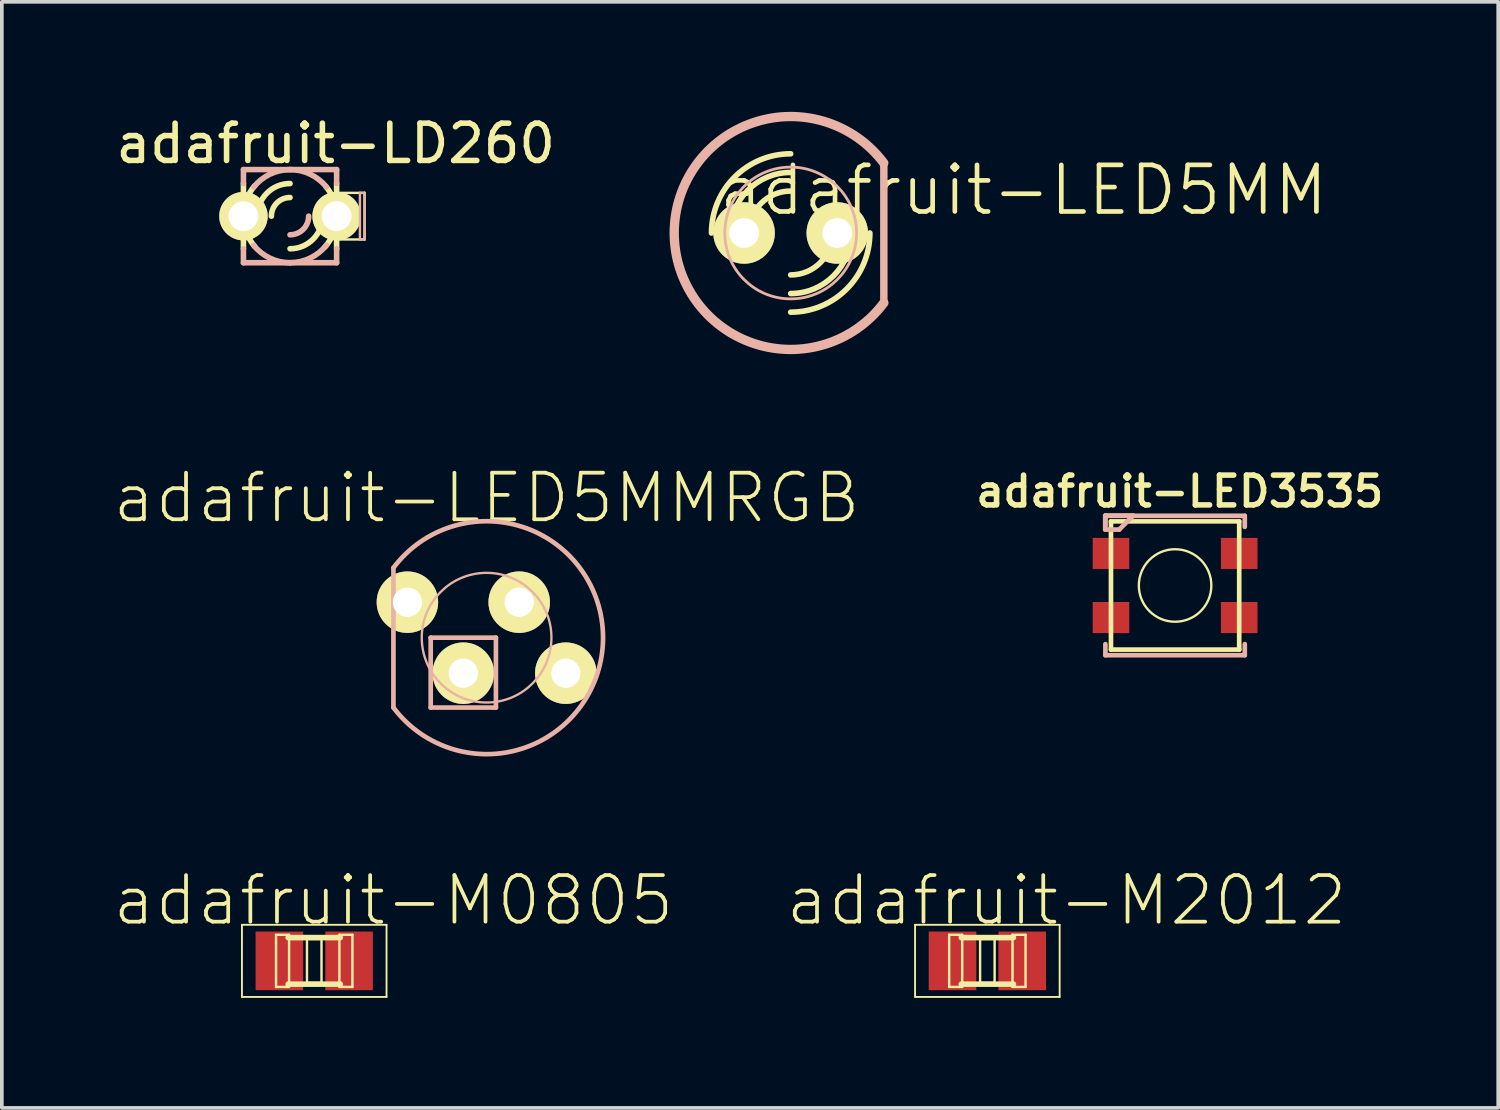
<source format=kicad_pcb>
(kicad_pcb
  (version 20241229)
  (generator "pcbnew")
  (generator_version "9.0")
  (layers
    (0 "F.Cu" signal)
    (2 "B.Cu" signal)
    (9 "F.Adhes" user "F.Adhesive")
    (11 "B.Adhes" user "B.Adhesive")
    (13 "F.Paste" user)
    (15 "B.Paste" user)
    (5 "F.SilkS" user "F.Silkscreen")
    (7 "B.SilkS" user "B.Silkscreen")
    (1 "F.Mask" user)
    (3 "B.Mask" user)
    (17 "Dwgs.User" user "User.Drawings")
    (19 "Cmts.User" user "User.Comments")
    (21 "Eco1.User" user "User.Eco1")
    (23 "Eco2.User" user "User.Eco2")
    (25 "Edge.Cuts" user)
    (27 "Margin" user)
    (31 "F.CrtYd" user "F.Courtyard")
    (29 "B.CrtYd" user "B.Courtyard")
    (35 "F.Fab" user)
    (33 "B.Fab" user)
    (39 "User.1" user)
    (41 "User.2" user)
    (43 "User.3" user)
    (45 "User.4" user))
  (footprint "adafruit-M2012"
    (layer "F.Cu")
    (at 23.868 23.146)
    (property "Reference" "adafruit-M2012" (at 2.159 -1.651 0) (layer "F.SilkS") (effects (font (size 1.27 1.27) (thickness 0.102))))
    (attr smd)
    (fp_line (start -1.971 -0.983) (end 1.971 -0.983) (stroke (width 0.051) (type solid)) (layer "F.SilkS"))
    (fp_line (start -1.971 0.983) (end -1.971 -0.983) (stroke (width 0.051) (type solid)) (layer "F.SilkS"))
    (fp_line (start -1.041 -0.711) (end -0.686 -0.711) (stroke (width 0.066) (type solid)) (layer "F.SilkS"))
    (fp_line (start -1.041 0.711) (end -1.041 -0.711) (stroke (width 0.066) (type solid)) (layer "F.SilkS"))
    (fp_line (start -1.041 0.711) (end -0.686 0.711) (stroke (width 0.066) (type solid)) (layer "F.SilkS"))
    (fp_line (start -0.686 0.711) (end -0.686 -0.711) (stroke (width 0.066) (type solid)) (layer "F.SilkS"))
    (fp_line (start -0.198 -0.599) (end 0.198 -0.599) (stroke (width 0.066) (type solid)) (layer "F.SilkS"))
    (fp_line (start -0.198 0.599) (end -0.198 -0.599) (stroke (width 0.066) (type solid)) (layer "F.SilkS"))
    (fp_line (start -0.198 0.599) (end 0.198 0.599) (stroke (width 0.066) (type solid)) (layer "F.SilkS"))
    (fp_line (start 0.198 0.599) (end 0.198 -0.599) (stroke (width 0.066) (type solid)) (layer "F.SilkS"))
    (fp_line (start 0.686 -0.711) (end 1.041 -0.711) (stroke (width 0.066) (type solid)) (layer "F.SilkS"))
    (fp_line (start 0.686 0.711) (end 0.686 -0.711) (stroke (width 0.066) (type solid)) (layer "F.SilkS"))
    (fp_line (start 0.686 0.711) (end 1.041 0.711) (stroke (width 0.066) (type solid)) (layer "F.SilkS"))
    (fp_line (start 0.711 -0.635) (end -0.711 -0.635) (stroke (width 0.152) (type solid)) (layer "F.SilkS"))
    (fp_line (start 0.711 0.635) (end -0.711 0.635) (stroke (width 0.152) (type solid)) (layer "F.SilkS"))
    (fp_line (start 1.041 0.711) (end 1.041 -0.711) (stroke (width 0.066) (type solid)) (layer "F.SilkS"))
    (fp_line (start 1.971 -0.983) (end 1.971 0.983) (stroke (width 0.051) (type solid)) (layer "F.SilkS"))
    (fp_line (start 1.971 0.983) (end -1.971 0.983) (stroke (width 0.051) (type solid)) (layer "F.SilkS"))
    (pad "1" smd rect (at -0.95 0) (size 1.298 1.598) (layers "F.Cu" "F.Mask" "F.Paste"))
    (pad "2" smd rect (at 0.95 0) (size 1.298 1.598) (layers "F.Cu" "F.Mask" "F.Paste")))
  (footprint "adafruit-M0805"
    (layer "F.Cu")
    (at 5.517 23.146)
    (property "Reference" "adafruit-M0805" (at 2.159 -1.651 0) (layer "F.SilkS") (effects (font (size 1.27 1.27) (thickness 0.102))))
    (attr smd)
    (fp_line (start -1.971 -0.983) (end 1.971 -0.983) (stroke (width 0.051) (type solid)) (layer "F.SilkS"))
    (fp_line (start -1.971 0.983) (end -1.971 -0.983) (stroke (width 0.051) (type solid)) (layer "F.SilkS"))
    (fp_line (start -1.041 -0.711) (end -0.686 -0.711) (stroke (width 0.066) (type solid)) (layer "F.SilkS"))
    (fp_line (start -1.041 0.711) (end -1.041 -0.711) (stroke (width 0.066) (type solid)) (layer "F.SilkS"))
    (fp_line (start -1.041 0.711) (end -0.686 0.711) (stroke (width 0.066) (type solid)) (layer "F.SilkS"))
    (fp_line (start -0.686 0.711) (end -0.686 -0.711) (stroke (width 0.066) (type solid)) (layer "F.SilkS"))
    (fp_line (start -0.198 -0.599) (end 0.198 -0.599) (stroke (width 0.066) (type solid)) (layer "F.SilkS"))
    (fp_line (start -0.198 0.599) (end -0.198 -0.599) (stroke (width 0.066) (type solid)) (layer "F.SilkS"))
    (fp_line (start -0.198 0.599) (end 0.198 0.599) (stroke (width 0.066) (type solid)) (layer "F.SilkS"))
    (fp_line (start 0.198 0.599) (end 0.198 -0.599) (stroke (width 0.066) (type solid)) (layer "F.SilkS"))
    (fp_line (start 0.686 -0.711) (end 1.041 -0.711) (stroke (width 0.066) (type solid)) (layer "F.SilkS"))
    (fp_line (start 0.686 0.711) (end 0.686 -0.711) (stroke (width 0.066) (type solid)) (layer "F.SilkS"))
    (fp_line (start 0.686 0.711) (end 1.041 0.711) (stroke (width 0.066) (type solid)) (layer "F.SilkS"))
    (fp_line (start 0.711 -0.635) (end -0.711 -0.635) (stroke (width 0.152) (type solid)) (layer "F.SilkS"))
    (fp_line (start 0.711 0.635) (end -0.711 0.635) (stroke (width 0.152) (type solid)) (layer "F.SilkS"))
    (fp_line (start 1.041 0.711) (end 1.041 -0.711) (stroke (width 0.066) (type solid)) (layer "F.SilkS"))
    (fp_line (start 1.971 -0.983) (end 1.971 0.983) (stroke (width 0.051) (type solid)) (layer "F.SilkS"))
    (fp_line (start 1.971 0.983) (end -1.971 0.983) (stroke (width 0.051) (type solid)) (layer "F.SilkS"))
    (pad "1" smd rect (at -0.95 0) (size 1.298 1.598) (layers "F.Cu" "F.Mask" "F.Paste"))
    (pad "2" smd rect (at 0.95 0) (size 1.298 1.598) (layers "F.Cu" "F.Mask" "F.Paste")))
  (footprint "adafruit-LD260"
    (layer "F.Cu")
    (at 4.857 2.843)
    (property "Reference" "adafruit-LD260" (at 1.245 -1.981 0) (layer "F.SilkS") (effects (font (size 1.016 1.016) (thickness 0.152))))
    (attr exclude_from_pos_files exclude_from_bom)
    (fp_line (start -1.27 0.889) (end -1.27 -0.889) (stroke (width 0.152) (type solid)) (layer "F.SilkS"))
    (fp_line (start 1.27 -0.889) (end 1.27 0.889) (stroke (width 0.152) (type solid)) (layer "F.SilkS"))
    (fp_line (start 1.27 -0.635) (end 2.032 -0.635) (stroke (width 0.066) (type solid)) (layer "F.SilkS"))
    (fp_line (start 1.27 0.635) (end 1.27 -0.635) (stroke (width 0.066) (type solid)) (layer "F.SilkS"))
    (fp_line (start 1.27 0.635) (end 2.032 0.635) (stroke (width 0.066) (type solid)) (layer "F.SilkS"))
    (fp_line (start 2.032 0.635) (end 2.032 -0.635) (stroke (width 0.066) (type solid)) (layer "F.SilkS"))
    (fp_arc (start -1.27 0) (mid -1.191119 -0.440608) (end -0.964275 -0.826483) (stroke (width 0.1524) (type solid)) (layer "F.SilkS"))
    (fp_arc (start -0.96266 0.8255) (mid -1.189264 0.440246) (end -1.268134 0.000304) (stroke (width 0.1524) (type solid)) (layer "F.SilkS"))
    (fp_arc (start -0.889 0) (mid -0.628618 -0.628618) (end 0 -0.889) (stroke (width 0.1524) (type solid)) (layer "F.SilkS"))
    (fp_arc (start -0.508 0) (mid -0.35921 -0.35921) (end 0 -0.508) (stroke (width 0.1524) (type solid)) (layer "F.SilkS"))
    (fp_arc (start 0.889 0) (mid 0.628618 0.628618) (end 0 0.889) (stroke (width 0.1524) (type solid)) (layer "F.SilkS"))
    (fp_arc (start 0.97536 -0.8128) (mid 1.19378 -0.432273) (end 1.269634 -0.000123) (stroke (width 0.1524) (type solid)) (layer "F.SilkS"))
    (fp_arc (start 1.27 0) (mid 1.189185 0.445801) (end 0.957026 0.834867) (stroke (width 0.1524) (type solid)) (layer "F.SilkS"))
    (fp_line (start -1.27 -1.27) (end -1.27 -0.889) (stroke (width 0.152) (type solid)) (layer "B.SilkS"))
    (fp_line (start -1.27 1.27) (end -1.27 0.889) (stroke (width 0.152) (type solid)) (layer "B.SilkS"))
    (fp_line (start -1.27 1.27) (end 1.27 1.27) (stroke (width 0.152) (type solid)) (layer "B.SilkS"))
    (fp_line (start 1.27 -1.27) (end -1.27 -1.27) (stroke (width 0.152) (type solid)) (layer "B.SilkS"))
    (fp_line (start 1.27 -1.27) (end 1.27 -0.889) (stroke (width 0.152) (type solid)) (layer "B.SilkS"))
    (fp_line (start 1.27 1.27) (end 1.27 0.889) (stroke (width 0.152) (type solid)) (layer "B.SilkS"))
    (fp_line (start 1.905 -0.635) (end 2.032 -0.635) (stroke (width 0.066) (type solid)) (layer "B.SilkS"))
    (fp_line (start 1.905 0.635) (end 1.905 -0.635) (stroke (width 0.066) (type solid)) (layer "B.SilkS"))
    (fp_line (start 1.905 0.635) (end 2.032 0.635) (stroke (width 0.066) (type solid)) (layer "B.SilkS"))
    (fp_line (start 2.032 0.635) (end 2.032 -0.635) (stroke (width 0.066) (type solid)) (layer "B.SilkS"))
    (fp_arc (start -0.9906 -0.79248) (mid -0.549939 -1.143189) (end -0.00089 -1.268587) (stroke (width 0.1524) (type solid)) (layer "B.SilkS"))
    (fp_arc (start 0 -1.27) (mid 0.549748 -1.144848) (end 0.991147 -0.794058) (stroke (width 0.1524) (type solid)) (layer "B.SilkS"))
    (fp_arc (start 0 1.27) (mid -0.549748 1.144848) (end -0.991147 0.794058) (stroke (width 0.1524) (type solid)) (layer "B.SilkS"))
    (fp_arc (start 0.508 0) (mid 0.35921 0.35921) (end 0 0.508) (stroke (width 0.1524) (type solid)) (layer "B.SilkS"))
    (fp_arc (start 0.9906 0.79248) (mid 0.549939 1.143189) (end 0.00089 1.268587) (stroke (width 0.1524) (type solid)) (layer "B.SilkS"))
    (pad "A" thru_hole circle (at -1.27 0) (size 1.321 1.321) (drill 0.813) (layers "*.Cu" "F.Mask" "F.SilkS" "F.Paste"))
    (pad "K" thru_hole circle (at 1.27 0) (size 1.321 1.321) (drill 0.813) (layers "*.Cu" "F.Mask" "F.SilkS" "F.Paste")))
  (footprint "adafruit-LED5MMRGB"
    (layer "F.Cu")
    (at 10.216 14.335)
    (property "Reference" "adafruit-LED5MMRGB" (at 0 -3.81 0) (layer "F.SilkS") (effects (font (size 1.27 1.27) (thickness 0.102))))
    (attr exclude_from_pos_files exclude_from_bom)
    (fp_line (start -2.54 -1.905) (end -2.54 1.905) (stroke (width 0.127) (type solid)) (layer "B.SilkS"))
    (fp_line (start -1.524 0) (end 0.254 0) (stroke (width 0.127) (type solid)) (layer "B.SilkS"))
    (fp_line (start -1.524 1.905) (end -1.524 0) (stroke (width 0.127) (type solid)) (layer "B.SilkS"))
    (fp_line (start 0.254 0) (end 0.254 1.905) (stroke (width 0.127) (type solid)) (layer "B.SilkS"))
    (fp_line (start 0.254 1.905) (end -1.524 1.905) (stroke (width 0.127) (type solid)) (layer "B.SilkS"))
    (fp_arc (start -2.54 -1.905) (mid 3.175 -0.001668) (end -2.537997 1.907668) (stroke (width 0.127) (type solid)) (layer "B.SilkS"))
    (fp_circle (center 0 0) (end -1.25 1.25) (stroke (width 0.064) (type solid)) (fill no) (layer "B.SilkS"))
    (pad "1" thru_hole circle (at -2.159 -0.968) (size 1.676 1.676) (drill 0.798) (layers "*.Cu" "F.Mask" "F.SilkS" "F.Paste"))
    (pad "2" thru_hole circle (at -0.635 0.968) (size 1.676 1.676) (drill 0.798) (layers "*.Cu" "F.Mask" "F.SilkS" "F.Paste"))
    (pad "3" thru_hole circle (at 0.889 -0.968) (size 1.676 1.676) (drill 0.798) (layers "*.Cu" "F.Mask" "F.SilkS" "F.Paste"))
    (pad "4" thru_hole circle (at 2.159 0.968) (size 1.676 1.676) (drill 0.798) (layers "*.Cu" "F.Mask" "F.SilkS" "F.Paste")))
  (footprint "adafruit-LED5MM"
    (layer "F.Cu")
    (at 18.506 3.302)
    (property "Reference" "adafruit-LED5MM" (at 6.35 -1.168 0) (layer "F.SilkS") (effects (font (size 1.27 1.27) (thickness 0.127))))
    (attr exclude_from_pos_files exclude_from_bom)
    (fp_arc (start -2.159 0) (mid -1.526644 -1.526644) (end 0 -2.159) (stroke (width 0.1524) (type solid)) (layer "F.SilkS"))
    (fp_arc (start -1.651 0) (mid -1.167433 -1.167433) (end 0 -1.651) (stroke (width 0.1524) (type solid)) (layer "F.SilkS"))
    (fp_arc (start -1.143 0) (mid -0.808223 -0.808223) (end 0 -1.143) (stroke (width 0.1524) (type solid)) (layer "F.SilkS"))
    (fp_arc (start 1.143 0) (mid 0.808223 0.808223) (end 0 1.143) (stroke (width 0.1524) (type solid)) (layer "F.SilkS"))
    (fp_arc (start 1.651 0) (mid 1.167433 1.167433) (end 0 1.651) (stroke (width 0.1524) (type solid)) (layer "F.SilkS"))
    (fp_arc (start 2.159 0) (mid 1.526644 1.526644) (end 0 2.159) (stroke (width 0.1524) (type solid)) (layer "F.SilkS"))
    (fp_line (start 2.54 1.905) (end 2.54 -1.905) (stroke (width 0.203) (type solid)) (layer "B.SilkS"))
    (fp_arc (start 2.54 1.905) (mid -3.175 0.001668) (end 2.537997 -1.907668) (stroke (width 0.254) (type solid)) (layer "B.SilkS"))
    (fp_circle (center 0 0) (end -1.27 1.27) (stroke (width 0.076) (type solid)) (fill no) (layer "B.SilkS"))
    (pad "A" thru_hole circle (at -1.27 0) (size 1.676 1.676) (drill 0.813) (layers "*.Cu" "F.Mask" "F.SilkS" "F.Paste"))
    (pad "K" thru_hole circle (at 1.27 0) (size 1.676 1.676) (drill 0.813) (layers "*.Cu" "F.Mask" "F.SilkS" "F.Paste")))
  (footprint "adafruit-LED3535"
    (layer "F.Cu")
    (at 28.986 12.912)
    (property "Reference" "adafruit-LED3535" (at 0.127 -2.565 0) (layer "F.SilkS") (effects (font (size 0.813 0.813) (thickness 0.152))))
    (attr smd)
    (fp_line (start -1.748 -1.748) (end 1.748 -1.748) (stroke (width 0.127) (type solid)) (layer "F.SilkS"))
    (fp_line (start -1.748 1.748) (end -1.748 -1.748) (stroke (width 0.127) (type solid)) (layer "F.SilkS"))
    (fp_line (start 1.748 -1.748) (end 1.748 1.748) (stroke (width 0.127) (type solid)) (layer "F.SilkS"))
    (fp_line (start 1.748 1.748) (end -1.748 1.748) (stroke (width 0.127) (type solid)) (layer "F.SilkS"))
    (fp_circle (center 0 0) (end -0.699 0.699) (stroke (width 0.064) (type solid)) (fill no) (layer "F.SilkS"))
    (fp_line (start -1.905 -1.905) (end -1.905 -1.524) (stroke (width 0.127) (type solid)) (layer "B.SilkS"))
    (fp_line (start -1.905 -1.524) (end -1.524 -1.524) (stroke (width 0.127) (type solid)) (layer "B.SilkS"))
    (fp_line (start -1.9 -1.9) (end 1.9 -1.9) (stroke (width 0.127) (type solid)) (layer "B.SilkS"))
    (fp_line (start -1.9 -1.598) (end -1.9 -1.9) (stroke (width 0.127) (type solid)) (layer "B.SilkS"))
    (fp_line (start -1.9 1.598) (end -1.9 1.9) (stroke (width 0.127) (type solid)) (layer "B.SilkS"))
    (fp_line (start -1.9 1.9) (end 1.9 1.9) (stroke (width 0.127) (type solid)) (layer "B.SilkS"))
    (fp_line (start -1.524 -1.524) (end -1.143 -1.905) (stroke (width 0.127) (type solid)) (layer "B.SilkS"))
    (fp_line (start -1.143 -1.905) (end -1.905 -1.905) (stroke (width 0.127) (type solid)) (layer "B.SilkS"))
    (fp_line (start 1.9 -1.9) (end 1.9 -1.598) (stroke (width 0.127) (type solid)) (layer "B.SilkS"))
    (fp_line (start 1.9 1.9) (end 1.9 1.598) (stroke (width 0.127) (type solid)) (layer "B.SilkS"))
    (pad "1" smd rect (at -1.748 -0.874 90) (size 0.848 0.998) (layers "F.Cu" "F.Mask" "F.Paste"))
    (pad "2" smd rect (at -1.748 0.874 90) (size 0.848 0.998) (layers "F.Cu" "F.Mask" "F.Paste"))
    (pad "3" smd rect (at 1.748 0.874 90) (size 0.848 0.998) (layers "F.Cu" "F.Mask" "F.Paste"))
    (pad "4" smd rect (at 1.748 -0.874 90) (size 0.848 0.998) (layers "F.Cu" "F.Mask" "F.Paste")))
  (gr_rect
    (start -3 -3)
    (end 37.795 27.154)
    (stroke (width 0.1) (type default))
    (fill no)
    (layer "Edge.Cuts")))
</source>
